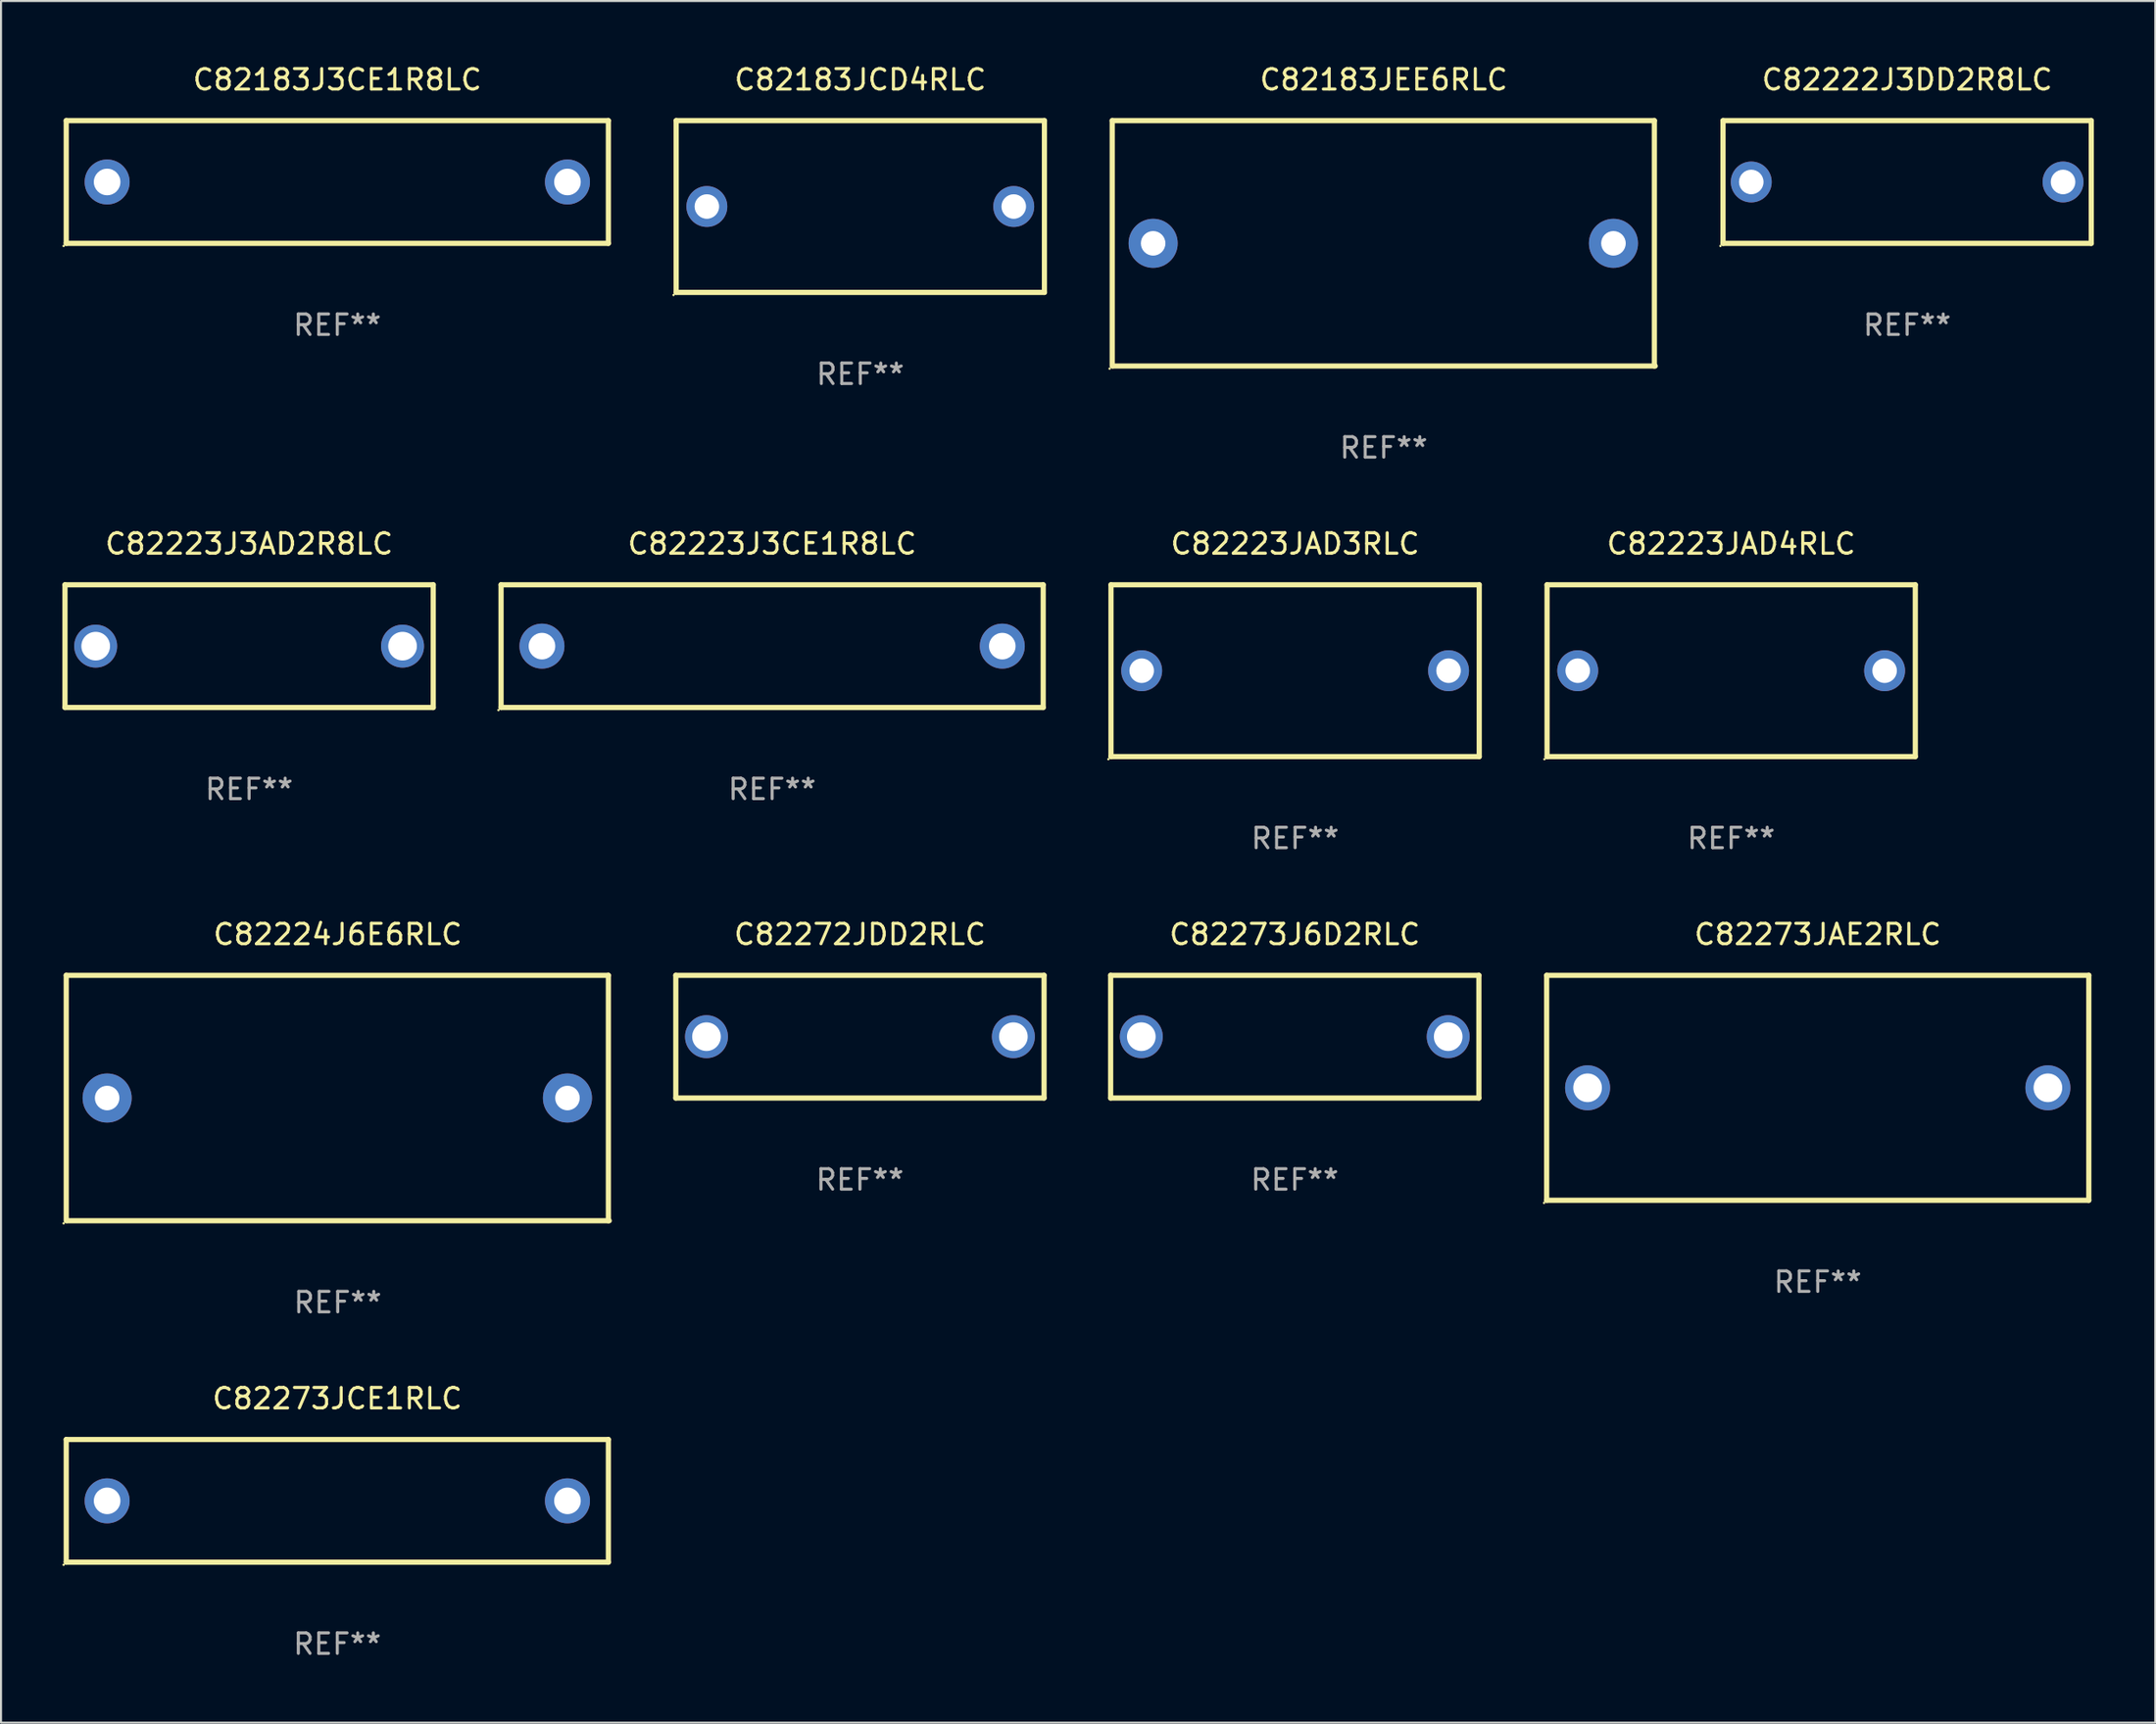
<source format=kicad_pcb>
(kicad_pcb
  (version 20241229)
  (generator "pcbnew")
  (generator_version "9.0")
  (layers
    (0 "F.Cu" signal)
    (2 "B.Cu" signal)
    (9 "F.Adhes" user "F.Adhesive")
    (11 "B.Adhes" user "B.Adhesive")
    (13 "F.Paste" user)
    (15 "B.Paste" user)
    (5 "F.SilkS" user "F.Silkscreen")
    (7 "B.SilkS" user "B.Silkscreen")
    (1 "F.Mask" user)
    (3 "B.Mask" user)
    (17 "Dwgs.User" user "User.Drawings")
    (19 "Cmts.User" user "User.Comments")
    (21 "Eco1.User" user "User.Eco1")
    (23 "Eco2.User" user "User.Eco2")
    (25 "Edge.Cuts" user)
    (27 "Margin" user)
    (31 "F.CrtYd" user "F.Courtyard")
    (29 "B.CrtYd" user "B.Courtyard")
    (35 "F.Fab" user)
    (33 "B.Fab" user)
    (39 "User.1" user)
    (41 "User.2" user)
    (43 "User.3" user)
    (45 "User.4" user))
  (footprint "C82273J6D2RLC"
    (layer "F.Cu")
    (at 60.237 47.641)
    (property "Reference" "C82273J6D2RLC" (at 0 -5 0) (layer "F.SilkS") (effects (font (size 1 1) (thickness 0.15))))
    (attr through_hole)
    (fp_line (start -9 -3) (end 9 -3) (stroke (width 0.254) (type solid)) (layer "F.SilkS"))
    (fp_line (start -9 3) (end -9 -3) (stroke (width 0.254) (type solid)) (layer "F.SilkS"))
    (fp_line (start 9 -3) (end 9 3) (stroke (width 0.254) (type solid)) (layer "F.SilkS"))
    (fp_line (start 9 3) (end -9 3) (stroke (width 0.254) (type solid)) (layer "F.SilkS"))
    (fp_circle (center -9 3) (end -8.97 3) (stroke (width 0.06) (type solid)) (fill no) (layer "F.SilkS"))
    (fp_text user "REF**" (at 0 7 0) (layer "F.Fab") (effects (font (size 1 1) (thickness 0.15))))
    (pad "1" thru_hole circle (at -7.5 0) (size 2.1 2.1) (drill 1.4) (layers "*.Cu" "*.Mask"))
    (pad "2" thru_hole circle (at 7.5 0) (size 2.1 2.1) (drill 1.4) (layers "*.Cu" "*.Mask")))
  (footprint "C82224J6E6RLC"
    (layer "F.Cu")
    (at 13.458 50.641)
    (property "Reference" "C82224J6E6RLC" (at 0 -8 0) (layer "F.SilkS") (effects (font (size 1 1) (thickness 0.15))))
    (attr through_hole)
    (fp_line (start -13.271 -6) (end 13.229 -6) (stroke (width 0.254) (type solid)) (layer "F.SilkS"))
    (fp_line (start -13.271 6) (end -13.271 -6) (stroke (width 0.254) (type solid)) (layer "F.SilkS"))
    (fp_line (start 13.229 -6) (end 13.229 6) (stroke (width 0.254) (type solid)) (layer "F.SilkS"))
    (fp_line (start 13.271 6) (end -13.229 6) (stroke (width 0.254) (type solid)) (layer "F.SilkS"))
    (fp_circle (center -13.398 6.127) (end -13.368 6.127) (stroke (width 0.06) (type solid)) (fill no) (layer "F.SilkS"))
    (fp_text user "REF**" (at 0 10 0) (layer "F.Fab") (effects (font (size 1 1) (thickness 0.15))))
    (pad "1" thru_hole circle (at -11.271 0) (size 2.4 2.4) (drill 1.2) (layers "*.Cu" "*.Mask"))
    (pad "2" thru_hole circle (at 11.229 0) (size 2.4 2.4) (drill 1.2) (layers "*.Cu" "*.Mask")))
  (footprint "C82223J3CE1R8LC"
    (layer "F.Cu")
    (at 34.691 28.545)
    (property "Reference" "C82223J3CE1R8LC" (at 0 -5 0) (layer "F.SilkS") (effects (font (size 1 1) (thickness 0.15))))
    (attr through_hole)
    (fp_line (start -13.25 -3) (end 13.25 -3) (stroke (width 0.254) (type solid)) (layer "F.SilkS"))
    (fp_line (start -13.25 3) (end -13.25 -3) (stroke (width 0.254) (type solid)) (layer "F.SilkS"))
    (fp_line (start 13.25 -3) (end 13.25 3) (stroke (width 0.254) (type solid)) (layer "F.SilkS"))
    (fp_line (start 13.25 3) (end -13.25 3) (stroke (width 0.254) (type solid)) (layer "F.SilkS"))
    (fp_circle (center -13.377 3.127) (end -13.347 3.127) (stroke (width 0.06) (type solid)) (fill no) (layer "F.SilkS"))
    (fp_text user "REF**" (at 0 7 0) (layer "F.Fab") (effects (font (size 1 1) (thickness 0.15))))
    (pad "1" thru_hole circle (at -11.25 0) (size 2.2 2.2) (drill 1.3) (layers "*.Cu" "*.Mask"))
    (pad "2" thru_hole circle (at 11.25 0) (size 2.2 2.2) (drill 1.3) (layers "*.Cu" "*.Mask")))
  (footprint "C82223JAD4RLC"
    (layer "F.Cu")
    (at 81.569 29.745)
    (property "Reference" "C82223JAD4RLC" (at 0 -6.2 0) (layer "F.SilkS") (effects (font (size 1 1) (thickness 0.15))))
    (attr through_hole)
    (fp_line (start -9 -4.2) (end 9 -4.2) (stroke (width 0.254) (type solid)) (layer "F.SilkS"))
    (fp_line (start -9 4.2) (end -9 -4.2) (stroke (width 0.254) (type solid)) (layer "F.SilkS"))
    (fp_line (start 9 -4.2) (end 9 4.2) (stroke (width 0.254) (type solid)) (layer "F.SilkS"))
    (fp_line (start 9 4.2) (end -9 4.2) (stroke (width 0.254) (type solid)) (layer "F.SilkS"))
    (fp_circle (center -9.127 4.327) (end -9.097 4.327) (stroke (width 0.06) (type solid)) (fill no) (layer "F.SilkS"))
    (fp_text user "REF**" (at 0 8.2 0) (layer "F.Fab") (effects (font (size 1 1) (thickness 0.15))))
    (pad "1" thru_hole circle (at -7.5 0) (size 2 2) (drill 1.2) (layers "*.Cu" "*.Mask"))
    (pad "2" thru_hole circle (at 7.5 0) (size 2 2) (drill 1.2) (layers "*.Cu" "*.Mask")))
  (footprint "C82223J3AD2R8LC"
    (layer "F.Cu")
    (at 9.127 28.545)
    (property "Reference" "C82223J3AD2R8LC" (at 0 -5 0) (layer "F.SilkS") (effects (font (size 1 1) (thickness 0.15))))
    (attr through_hole)
    (fp_line (start -9 -3) (end 9 -3) (stroke (width 0.254) (type solid)) (layer "F.SilkS"))
    (fp_line (start -9 3) (end -9 -3) (stroke (width 0.254) (type solid)) (layer "F.SilkS"))
    (fp_line (start 9 -3) (end 9 3) (stroke (width 0.254) (type solid)) (layer "F.SilkS"))
    (fp_line (start 9 3) (end -9 3) (stroke (width 0.254) (type solid)) (layer "F.SilkS"))
    (fp_circle (center -9 3) (end -8.97 3) (stroke (width 0.06) (type solid)) (fill no) (layer "F.SilkS"))
    (fp_text user "REF**" (at 0 7 0) (layer "F.Fab") (effects (font (size 1 1) (thickness 0.15))))
    (pad "1" thru_hole circle (at -7.5 0) (size 2.1 2.1) (drill 1.4) (layers "*.Cu" "*.Mask"))
    (pad "2" thru_hole circle (at 7.5 0) (size 2.1 2.1) (drill 1.4) (layers "*.Cu" "*.Mask")))
  (footprint "C82183JCD4RLC"
    (layer "F.Cu")
    (at 39.001 7.048)
    (property "Reference" "C82183JCD4RLC" (at 0 -6.2 0) (layer "F.SilkS") (effects (font (size 1 1) (thickness 0.15))))
    (attr through_hole)
    (fp_line (start -9 -4.2) (end 9 -4.2) (stroke (width 0.254) (type solid)) (layer "F.SilkS"))
    (fp_line (start -9 4.2) (end -9 -4.2) (stroke (width 0.254) (type solid)) (layer "F.SilkS"))
    (fp_line (start 9 -4.2) (end 9 4.2) (stroke (width 0.254) (type solid)) (layer "F.SilkS"))
    (fp_line (start 9 4.2) (end -9 4.2) (stroke (width 0.254) (type solid)) (layer "F.SilkS"))
    (fp_circle (center -9.127 4.327) (end -9.097 4.327) (stroke (width 0.06) (type solid)) (fill no) (layer "F.SilkS"))
    (fp_text user "REF**" (at 0 8.2 0) (layer "F.Fab") (effects (font (size 1 1) (thickness 0.15))))
    (pad "1" thru_hole circle (at -7.5 0) (size 2 2) (drill 1.2) (layers "*.Cu" "*.Mask"))
    (pad "2" thru_hole circle (at 7.5 0) (size 2 2) (drill 1.2) (layers "*.Cu" "*.Mask")))
  (footprint "C82222J3DD2R8LC"
    (layer "F.Cu")
    (at 90.171 5.848)
    (property "Reference" "C82222J3DD2R8LC" (at 0 -5 0) (layer "F.SilkS") (effects (font (size 1 1) (thickness 0.15))))
    (attr through_hole)
    (fp_line (start -9 -3) (end 9 -3) (stroke (width 0.254) (type solid)) (layer "F.SilkS"))
    (fp_line (start -9 3) (end -9 -3) (stroke (width 0.254) (type solid)) (layer "F.SilkS"))
    (fp_line (start 9 -3) (end 9 3) (stroke (width 0.254) (type solid)) (layer "F.SilkS"))
    (fp_line (start 9 3) (end -9 3) (stroke (width 0.254) (type solid)) (layer "F.SilkS"))
    (fp_circle (center -9.127 3.127) (end -9.097 3.127) (stroke (width 0.06) (type solid)) (fill no) (layer "F.SilkS"))
    (fp_text user "REF**" (at 0 7 0) (layer "F.Fab") (effects (font (size 1 1) (thickness 0.15))))
    (pad "1" thru_hole circle (at -7.62 0) (size 2 2) (drill 1.2) (layers "*.Cu" "*.Mask"))
    (pad "2" thru_hole circle (at 7.62 0) (size 2 2) (drill 1.2) (layers "*.Cu" "*.Mask")))
  (footprint "C82273JCE1RLC"
    (layer "F.Cu")
    (at 13.437 70.338)
    (property "Reference" "C82273JCE1RLC" (at 0 -5 0) (layer "F.SilkS") (effects (font (size 1 1) (thickness 0.15))))
    (attr through_hole)
    (fp_line (start -13.25 -3) (end 13.25 -3) (stroke (width 0.254) (type solid)) (layer "F.SilkS"))
    (fp_line (start -13.25 3) (end -13.25 -3) (stroke (width 0.254) (type solid)) (layer "F.SilkS"))
    (fp_line (start 13.25 -3) (end 13.25 3) (stroke (width 0.254) (type solid)) (layer "F.SilkS"))
    (fp_line (start 13.25 3) (end -13.25 3) (stroke (width 0.254) (type solid)) (layer "F.SilkS"))
    (fp_circle (center -13.377 3.127) (end -13.347 3.127) (stroke (width 0.06) (type solid)) (fill no) (layer "F.SilkS"))
    (fp_text user "REF**" (at 0 7 0) (layer "F.Fab") (effects (font (size 1 1) (thickness 0.15))))
    (pad "1" thru_hole circle (at -11.25 0) (size 2.2 2.2) (drill 1.3) (layers "*.Cu" "*.Mask"))
    (pad "2" thru_hole circle (at 11.25 0) (size 2.2 2.2) (drill 1.3) (layers "*.Cu" "*.Mask")))
  (footprint "C82183JEE6RLC"
    (layer "F.Cu")
    (at 64.586 8.848)
    (property "Reference" "C82183JEE6RLC" (at 0 -8 0) (layer "F.SilkS") (effects (font (size 1 1) (thickness 0.15))))
    (attr through_hole)
    (fp_line (start -13.271 -6) (end 13.229 -6) (stroke (width 0.254) (type solid)) (layer "F.SilkS"))
    (fp_line (start -13.271 6) (end -13.271 -6) (stroke (width 0.254) (type solid)) (layer "F.SilkS"))
    (fp_line (start 13.229 -6) (end 13.229 6) (stroke (width 0.254) (type solid)) (layer "F.SilkS"))
    (fp_line (start 13.271 6) (end -13.229 6) (stroke (width 0.254) (type solid)) (layer "F.SilkS"))
    (fp_circle (center -13.398 6.127) (end -13.368 6.127) (stroke (width 0.06) (type solid)) (fill no) (layer "F.SilkS"))
    (fp_text user "REF**" (at 0 10 0) (layer "F.Fab") (effects (font (size 1 1) (thickness 0.15))))
    (pad "1" thru_hole circle (at -11.271 0) (size 2.4 2.4) (drill 1.2) (layers "*.Cu" "*.Mask"))
    (pad "2" thru_hole circle (at 11.229 0) (size 2.4 2.4) (drill 1.2) (layers "*.Cu" "*.Mask")))
  (footprint "C82272JDD2RLC"
    (layer "F.Cu")
    (at 38.983 47.641)
    (property "Reference" "C82272JDD2RLC" (at 0 -5 0) (layer "F.SilkS") (effects (font (size 1 1) (thickness 0.15))))
    (attr through_hole)
    (fp_line (start -9 -3) (end 9 -3) (stroke (width 0.254) (type solid)) (layer "F.SilkS"))
    (fp_line (start -9 3) (end -9 -3) (stroke (width 0.254) (type solid)) (layer "F.SilkS"))
    (fp_line (start 9 -3) (end 9 3) (stroke (width 0.254) (type solid)) (layer "F.SilkS"))
    (fp_line (start 9 3) (end -9 3) (stroke (width 0.254) (type solid)) (layer "F.SilkS"))
    (fp_circle (center -9 3) (end -8.97 3) (stroke (width 0.06) (type solid)) (fill no) (layer "F.SilkS"))
    (fp_text user "REF**" (at 0 7 0) (layer "F.Fab") (effects (font (size 1 1) (thickness 0.15))))
    (pad "1" thru_hole circle (at -7.5 0) (size 2.1 2.1) (drill 1.4) (layers "*.Cu" "*.Mask"))
    (pad "2" thru_hole circle (at 7.5 0) (size 2.1 2.1) (drill 1.4) (layers "*.Cu" "*.Mask")))
  (footprint "C82273JAE2RLC"
    (layer "F.Cu")
    (at 85.801 50.141)
    (property "Reference" "C82273JAE2RLC" (at 0 -7.5 0) (layer "F.SilkS") (effects (font (size 1 1) (thickness 0.15))))
    (attr through_hole)
    (fp_line (start -13.25 -5.5) (end 13.25 -5.5) (stroke (width 0.254) (type solid)) (layer "F.SilkS"))
    (fp_line (start -13.25 5.5) (end -13.25 -5.5) (stroke (width 0.254) (type solid)) (layer "F.SilkS"))
    (fp_line (start 13.25 -5.5) (end 13.25 5.5) (stroke (width 0.254) (type solid)) (layer "F.SilkS"))
    (fp_line (start 13.25 5.5) (end -13.25 5.5) (stroke (width 0.254) (type solid)) (layer "F.SilkS"))
    (fp_circle (center -13.377 5.627) (end -13.347 5.627) (stroke (width 0.06) (type solid)) (fill no) (layer "F.SilkS"))
    (fp_text user "REF**" (at 0 9.5 0) (layer "F.Fab") (effects (font (size 1 1) (thickness 0.15))))
    (pad "1" thru_hole circle (at -11.25 0) (size 2.2 2.2) (drill 1.4) (layers "*.Cu" "*.Mask"))
    (pad "2" thru_hole circle (at 11.25 0) (size 2.2 2.2) (drill 1.4) (layers "*.Cu" "*.Mask")))
  (footprint "C82183J3CE1R8LC"
    (layer "F.Cu")
    (at 13.437 5.848)
    (property "Reference" "C82183J3CE1R8LC" (at 0 -5 0) (layer "F.SilkS") (effects (font (size 1 1) (thickness 0.15))))
    (attr through_hole)
    (fp_line (start -13.25 -3) (end 13.25 -3) (stroke (width 0.254) (type solid)) (layer "F.SilkS"))
    (fp_line (start -13.25 3) (end -13.25 -3) (stroke (width 0.254) (type solid)) (layer "F.SilkS"))
    (fp_line (start 13.25 -3) (end 13.25 3) (stroke (width 0.254) (type solid)) (layer "F.SilkS"))
    (fp_line (start 13.25 3) (end -13.25 3) (stroke (width 0.254) (type solid)) (layer "F.SilkS"))
    (fp_circle (center -13.377 3.127) (end -13.347 3.127) (stroke (width 0.06) (type solid)) (fill no) (layer "F.SilkS"))
    (fp_text user "REF**" (at 0 7 0) (layer "F.Fab") (effects (font (size 1 1) (thickness 0.15))))
    (pad "1" thru_hole circle (at -11.25 0) (size 2.2 2.2) (drill 1.3) (layers "*.Cu" "*.Mask"))
    (pad "2" thru_hole circle (at 11.25 0) (size 2.2 2.2) (drill 1.3) (layers "*.Cu" "*.Mask")))
  (footprint "C82223JAD3RLC"
    (layer "F.Cu")
    (at 60.255 29.745)
    (property "Reference" "C82223JAD3RLC" (at 0 -6.2 0) (layer "F.SilkS") (effects (font (size 1 1) (thickness 0.15))))
    (attr through_hole)
    (fp_line (start -9 -4.2) (end 9 -4.2) (stroke (width 0.254) (type solid)) (layer "F.SilkS"))
    (fp_line (start -9 4.2) (end -9 -4.2) (stroke (width 0.254) (type solid)) (layer "F.SilkS"))
    (fp_line (start 9 -4.2) (end 9 4.2) (stroke (width 0.254) (type solid)) (layer "F.SilkS"))
    (fp_line (start 9 4.2) (end -9 4.2) (stroke (width 0.254) (type solid)) (layer "F.SilkS"))
    (fp_circle (center -9.127 4.327) (end -9.097 4.327) (stroke (width 0.06) (type solid)) (fill no) (layer "F.SilkS"))
    (fp_text user "REF**" (at 0 8.2 0) (layer "F.Fab") (effects (font (size 1 1) (thickness 0.15))))
    (pad "1" thru_hole circle (at -7.5 0) (size 2 2) (drill 1.2) (layers "*.Cu" "*.Mask"))
    (pad "2" thru_hole circle (at 7.5 0) (size 2 2) (drill 1.2) (layers "*.Cu" "*.Mask")))
  (gr_rect
    (start -3 -3)
    (end 102.298 81.186)
    (stroke (width 0.1) (type default))
    (fill no)
    (layer "Edge.Cuts")))
</source>
